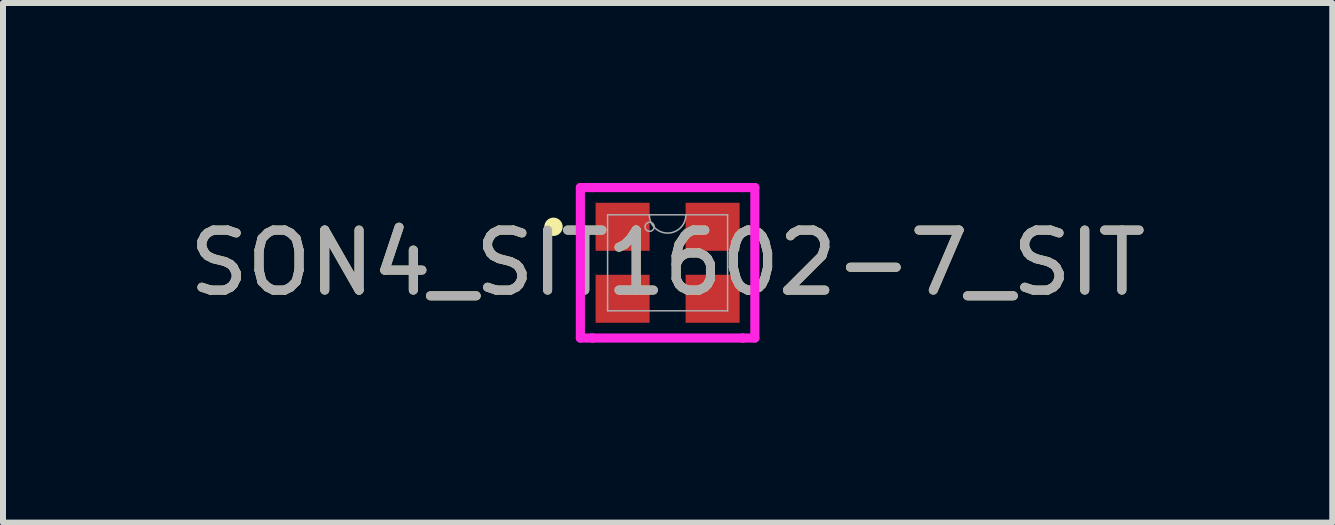
<source format=kicad_pcb>
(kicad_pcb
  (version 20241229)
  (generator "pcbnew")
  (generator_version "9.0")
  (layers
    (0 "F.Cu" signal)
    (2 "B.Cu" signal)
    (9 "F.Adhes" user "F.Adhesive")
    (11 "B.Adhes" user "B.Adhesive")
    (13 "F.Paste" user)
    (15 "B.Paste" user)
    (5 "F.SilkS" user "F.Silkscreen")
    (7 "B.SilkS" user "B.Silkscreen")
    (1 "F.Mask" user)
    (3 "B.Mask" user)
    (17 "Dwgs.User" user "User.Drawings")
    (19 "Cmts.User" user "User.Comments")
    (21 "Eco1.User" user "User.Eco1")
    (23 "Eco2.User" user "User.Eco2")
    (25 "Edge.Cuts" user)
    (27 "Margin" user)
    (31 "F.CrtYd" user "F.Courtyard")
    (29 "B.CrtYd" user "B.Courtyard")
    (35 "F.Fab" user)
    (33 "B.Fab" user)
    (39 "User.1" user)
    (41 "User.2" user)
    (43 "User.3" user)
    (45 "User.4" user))
  (footprint "SON4_SIT1602-7_SIT"
    (layer "F.Cu")
    (at 8.077 1.33)
    (property "Reference" "SON4_SIT1602-7_SIT" (at 0 0 0) (unlocked yes) (layer "F.SilkS") (effects (font (size 1 1) (thickness 0.15))))
    (attr smd)
    (fp_circle (center -1.902 -0.6) (end -1.825 -0.6) (stroke (width 0.152) (type solid)) (fill no) (layer "F.SilkS"))
    (fp_line (start -1.454 -1.254) (end -1.254 -1.254) (stroke (width 0.152) (type solid)) (layer "F.CrtYd"))
    (fp_line (start -1.454 1.254) (end -1.454 -1.254) (stroke (width 0.152) (type solid)) (layer "F.CrtYd"))
    (fp_line (start -1.454 1.254) (end -1.254 1.254) (stroke (width 0.152) (type solid)) (layer "F.CrtYd"))
    (fp_line (start -1.254 -1.254) (end -1.254 -1.254) (stroke (width 0.152) (type solid)) (layer "F.CrtYd"))
    (fp_line (start -1.254 -1.254) (end 1.254 -1.254) (stroke (width 0.152) (type solid)) (layer "F.CrtYd"))
    (fp_line (start -1.254 1.254) (end -1.254 1.254) (stroke (width 0.152) (type solid)) (layer "F.CrtYd"))
    (fp_line (start 1.254 -1.254) (end 1.254 -1.254) (stroke (width 0.152) (type solid)) (layer "F.CrtYd"))
    (fp_line (start 1.254 1.254) (end -1.254 1.254) (stroke (width 0.152) (type solid)) (layer "F.CrtYd"))
    (fp_line (start 1.254 1.254) (end 1.254 1.254) (stroke (width 0.152) (type solid)) (layer "F.CrtYd"))
    (fp_line (start 1.454 -1.254) (end 1.254 -1.254) (stroke (width 0.152) (type solid)) (layer "F.CrtYd"))
    (fp_line (start 1.454 -1.254) (end 1.454 1.254) (stroke (width 0.152) (type solid)) (layer "F.CrtYd"))
    (fp_line (start 1.454 1.254) (end 1.254 1.254) (stroke (width 0.152) (type solid)) (layer "F.CrtYd"))
    (fp_line (start -1 -0.8) (end -1 0.8) (stroke (width 0.025) (type solid)) (layer "F.Fab"))
    (fp_line (start -1 0.8) (end 1 0.8) (stroke (width 0.025) (type solid)) (layer "F.Fab"))
    (fp_line (start 1 -0.8) (end -1 -0.8) (stroke (width 0.025) (type solid)) (layer "F.Fab"))
    (fp_line (start 1 0.8) (end 1 -0.8) (stroke (width 0.025) (type solid)) (layer "F.Fab"))
    (fp_arc (start 0.3048 -0.8) (mid 0 -0.4952) (end -0.3048 -0.8) (stroke (width 0.0254) (type solid)) (layer "F.Fab"))
    (fp_circle (center -0.3 -0.6) (end -0.224 -0.6) (stroke (width 0.025) (type solid)) (fill no) (layer "F.Fab"))
    (fp_text user "${REFERENCE}" (at 0 0 0) (unlocked yes) (layer "F.Fab") (effects (font (size 1 1) (thickness 0.15))))
    (pad "1" smd rect (at -0.75 0.6) (size 0.9 0.8) (layers "F.Cu" "F.Mask" "F.Paste"))
    (pad "2" smd rect (at 0.75 0.6) (size 0.9 0.8) (layers "F.Cu" "F.Mask" "F.Paste"))
    (pad "3" smd rect (at 0.75 -0.6) (size 0.9 0.8) (layers "F.Cu" "F.Mask" "F.Paste"))
    (pad "4" smd rect (at -0.75 -0.6) (size 0.9 0.8) (layers "F.Cu" "F.Mask" "F.Paste")))
  (gr_rect
    (start -3 -3)
    (end 19.155 5.66)
    (stroke (width 0.1) (type default))
    (fill no)
    (layer "Edge.Cuts")))
</source>
